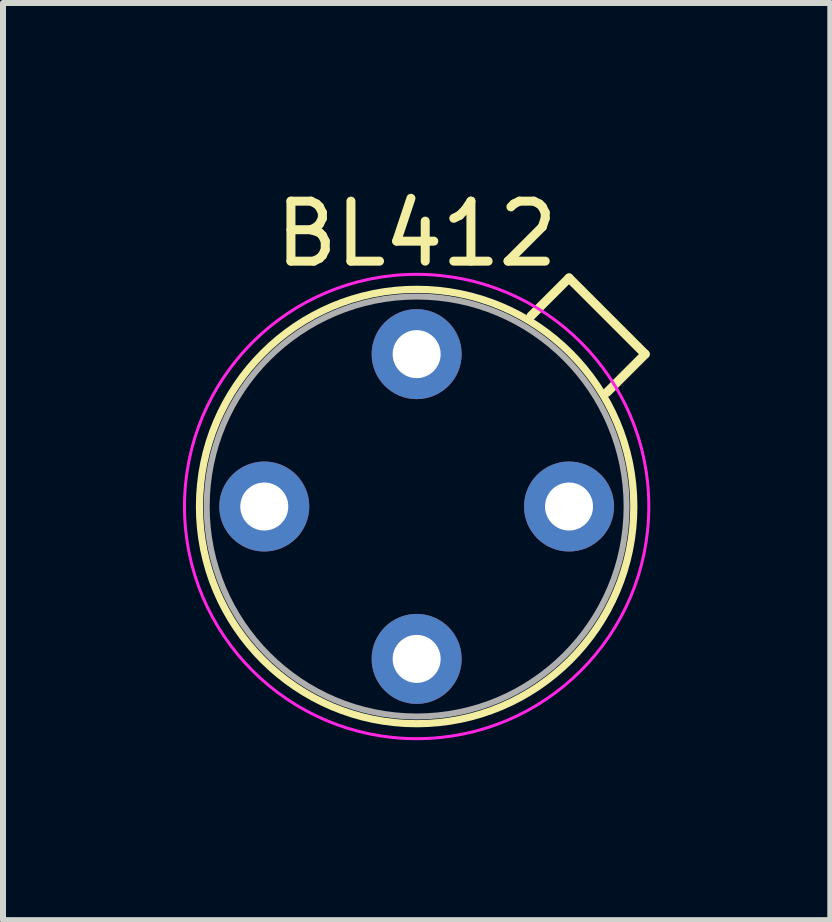
<source format=kicad_pcb>
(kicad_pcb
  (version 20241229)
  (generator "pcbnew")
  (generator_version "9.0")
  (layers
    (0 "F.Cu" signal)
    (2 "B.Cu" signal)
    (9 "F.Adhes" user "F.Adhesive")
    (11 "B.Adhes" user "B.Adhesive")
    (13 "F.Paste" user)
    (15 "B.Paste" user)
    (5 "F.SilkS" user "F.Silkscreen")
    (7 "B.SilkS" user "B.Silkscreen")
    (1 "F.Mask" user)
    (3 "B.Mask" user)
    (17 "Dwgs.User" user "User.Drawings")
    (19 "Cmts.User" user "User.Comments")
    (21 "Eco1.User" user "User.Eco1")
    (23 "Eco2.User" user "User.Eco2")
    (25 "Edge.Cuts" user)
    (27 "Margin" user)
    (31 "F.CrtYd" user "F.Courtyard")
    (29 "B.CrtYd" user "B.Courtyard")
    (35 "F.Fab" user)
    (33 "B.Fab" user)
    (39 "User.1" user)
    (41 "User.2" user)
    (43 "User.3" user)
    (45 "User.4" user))
  (footprint "BL412"
    (layer "F.Cu")
    (at 3.895 5.393)
    (property "Reference" "BL412" (at 0 -4.545 0) (layer "F.SilkS") (effects (font (size 1 1) (thickness 0.15))))
    (attr through_hole)
    (fp_line (start 1.905 -3.175) (end 2.54 -3.81) (stroke (width 0.15) (type solid)) (layer "F.SilkS"))
    (fp_line (start 2.54 -3.81) (end 3.81 -2.54) (stroke (width 0.15) (type solid)) (layer "F.SilkS"))
    (fp_line (start 3.81 -2.54) (end 3.175 -1.905) (stroke (width 0.15) (type solid)) (layer "F.SilkS"))
    (fp_circle (center 0 0) (end 0 3.62) (stroke (width 0.12) (type solid)) (fill no) (layer "F.SilkS"))
    (fp_circle (center 0 0) (end 0 3.87) (stroke (width 0.05) (type solid)) (fill no) (layer "F.CrtYd"))
    (fp_circle (center 0 0) (end 0 3.5) (stroke (width 0.1) (type solid)) (fill no) (layer "F.Fab"))
    (pad "1" thru_hole oval (at 0 -2.54) (size 1.5 1.5) (drill 0.8) (layers "*.Cu" "*.Mask"))
    (pad "2" thru_hole oval (at 2.54 0) (size 1.5 1.5) (drill 0.8) (layers "*.Cu" "*.Mask"))
    (pad "3" thru_hole oval (at 0 2.54) (size 1.5 1.5) (drill 0.8) (layers "*.Cu" "*.Mask"))
    (pad "4" thru_hole oval (at -2.54 0) (size 1.5 1.5) (drill 0.8) (layers "*.Cu" "*.Mask")))
  (gr_rect
    (start -3 -3)
    (end 10.79 12.288)
    (stroke (width 0.1) (type default))
    (fill no)
    (layer "Edge.Cuts")))
</source>
